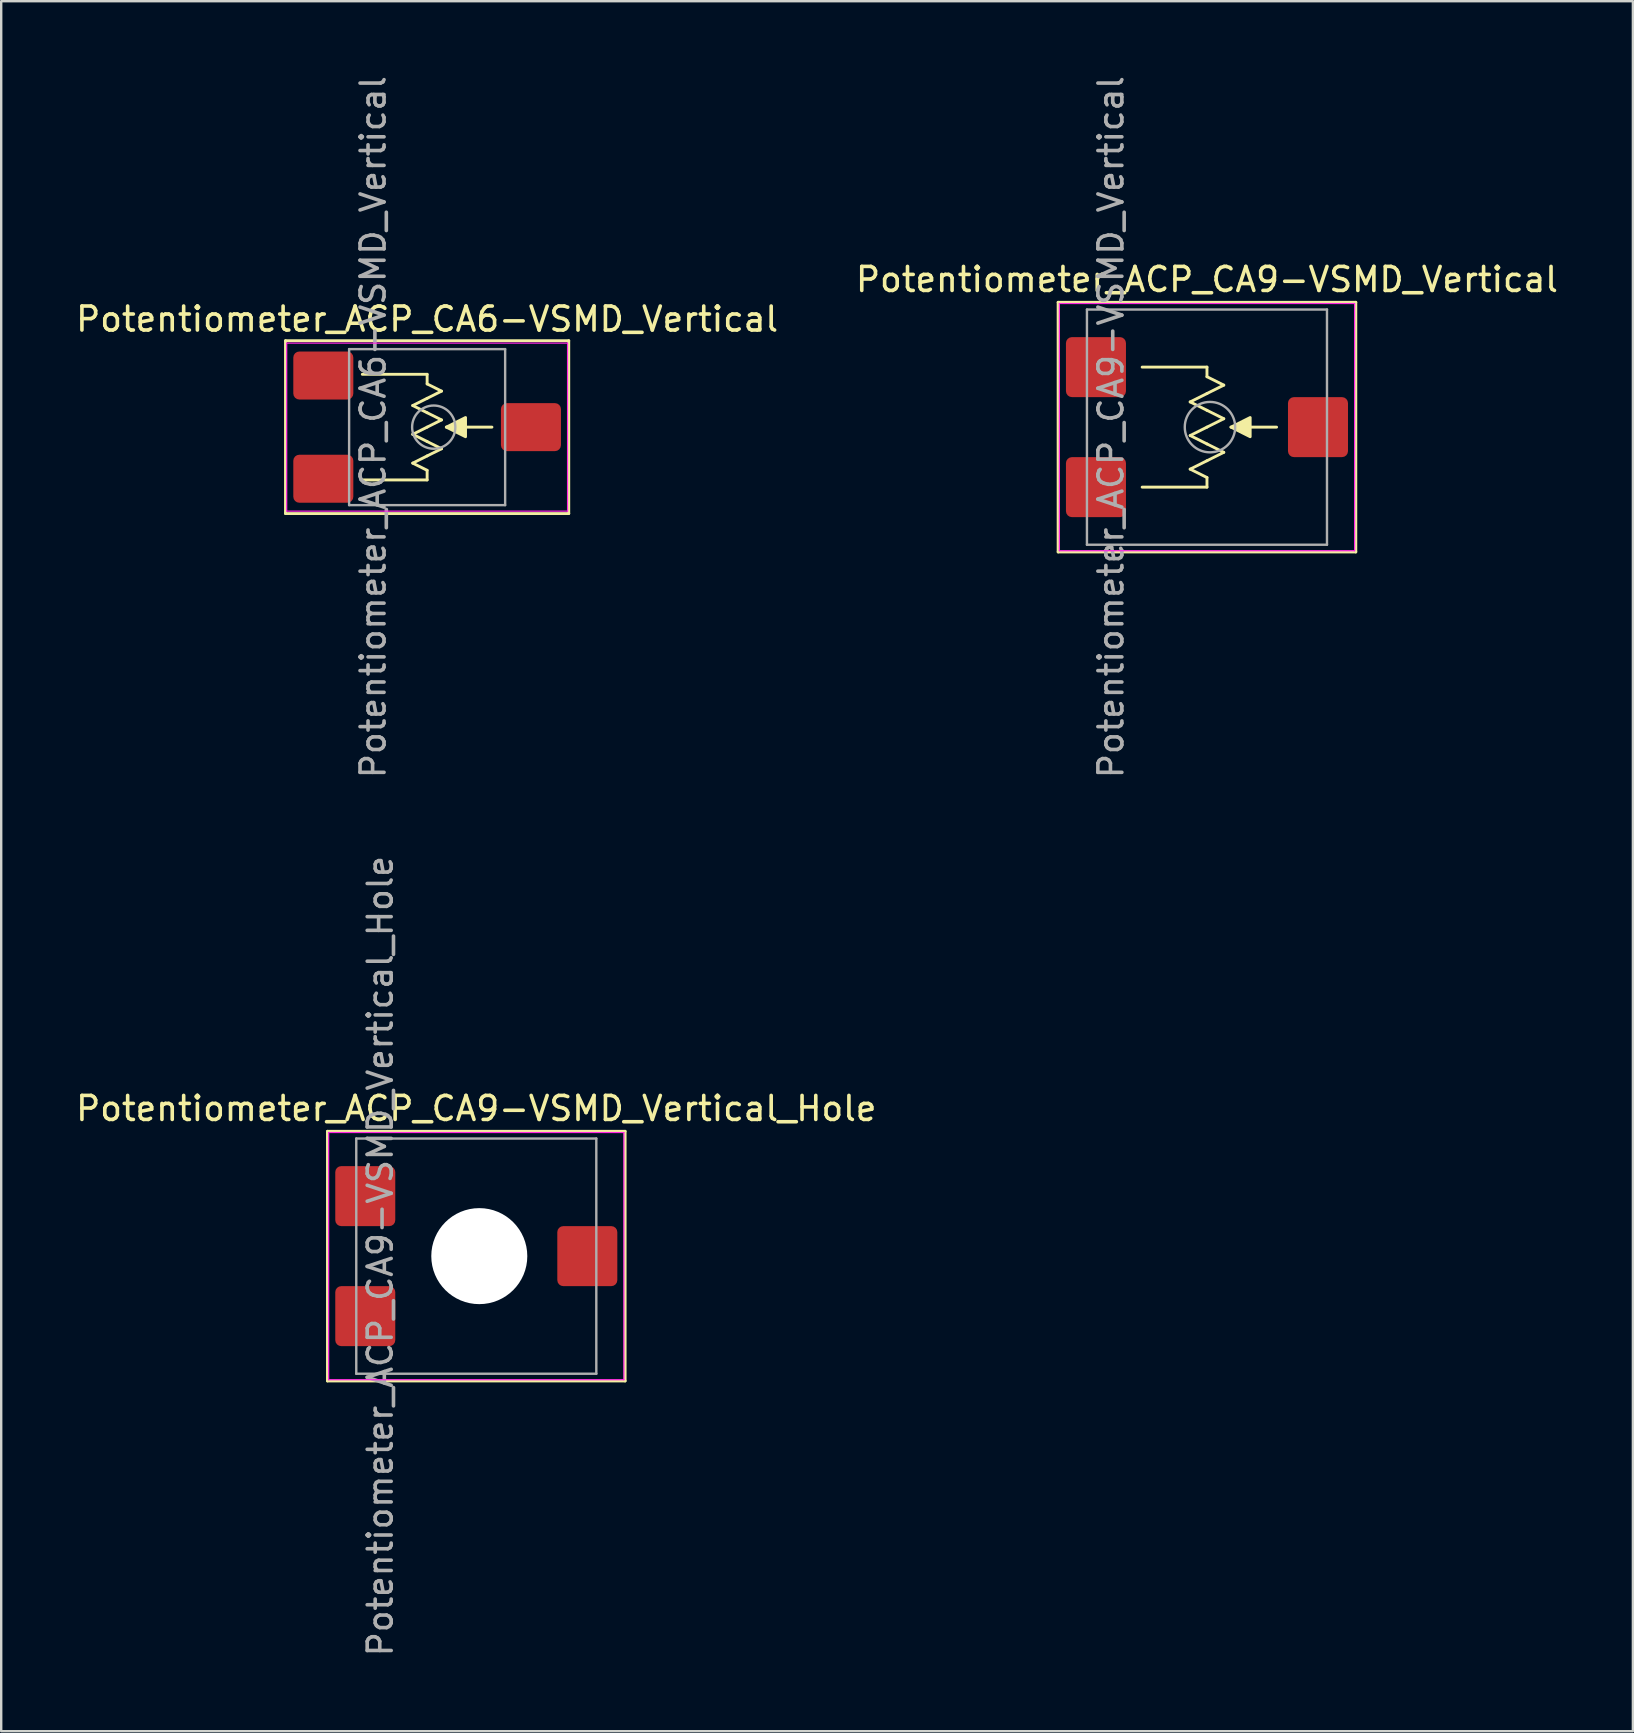
<source format=kicad_pcb>
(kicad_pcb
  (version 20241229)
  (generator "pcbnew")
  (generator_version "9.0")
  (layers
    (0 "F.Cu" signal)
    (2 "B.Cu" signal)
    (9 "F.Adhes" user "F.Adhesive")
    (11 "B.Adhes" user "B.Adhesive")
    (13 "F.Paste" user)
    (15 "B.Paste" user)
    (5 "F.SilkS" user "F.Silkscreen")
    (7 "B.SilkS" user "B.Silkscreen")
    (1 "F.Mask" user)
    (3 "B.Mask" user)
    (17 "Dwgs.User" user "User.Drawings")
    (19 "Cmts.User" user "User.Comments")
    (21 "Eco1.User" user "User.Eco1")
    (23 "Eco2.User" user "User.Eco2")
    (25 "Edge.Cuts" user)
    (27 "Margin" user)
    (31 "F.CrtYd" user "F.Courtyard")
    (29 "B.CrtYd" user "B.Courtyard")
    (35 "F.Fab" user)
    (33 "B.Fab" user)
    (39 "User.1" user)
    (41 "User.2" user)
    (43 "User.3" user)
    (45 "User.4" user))
  (footprint "Potentiometer_ACP_CA9-VSMD_Vertical_Hole"
    (layer "F.Cu")
    (at 16.792 49.28)
    (property "Reference" "Potentiometer_ACP_CA9-VSMD_Vertical_Hole" (at 0 -6.15 0) (layer "F.SilkS") (effects (font (size 1 1) (thickness 0.15))))
    (attr smd)
    (fp_line (start -6.2 -5.2) (end 6.2 -5.2) (stroke (width 0.12) (type solid)) (layer "F.SilkS"))
    (fp_line (start -6.2 5.2) (end -6.2 -5.2) (stroke (width 0.12) (type solid)) (layer "F.SilkS"))
    (fp_line (start 6.2 -5.2) (end 6.2 5.2) (stroke (width 0.12) (type solid)) (layer "F.SilkS"))
    (fp_line (start 6.2 5.2) (end -6.2 5.2) (stroke (width 0.12) (type solid)) (layer "F.SilkS"))
    (fp_line (start -6.15 -5.15) (end -6.15 5.15) (stroke (width 0.05) (type solid)) (layer "F.CrtYd"))
    (fp_line (start -6.15 5.15) (end 6.15 5.15) (stroke (width 0.05) (type solid)) (layer "F.CrtYd"))
    (fp_line (start 6.15 -5.15) (end -6.15 -5.15) (stroke (width 0.05) (type solid)) (layer "F.CrtYd"))
    (fp_line (start 6.15 5.15) (end 6.15 -5.15) (stroke (width 0.05) (type solid)) (layer "F.CrtYd"))
    (fp_line (start -5 -4.9) (end -5 4.9) (stroke (width 0.1) (type solid)) (layer "F.Fab"))
    (fp_line (start -5 4.9) (end 5 4.9) (stroke (width 0.1) (type solid)) (layer "F.Fab"))
    (fp_line (start 5 -4.9) (end -5 -4.9) (stroke (width 0.1) (type solid)) (layer "F.Fab"))
    (fp_line (start 5 4.9) (end 5 -4.9) (stroke (width 0.1) (type solid)) (layer "F.Fab"))
    (fp_text user "${REFERENCE}" (at -4 0 90) (layer "F.Fab") (effects (font (size 1 1) (thickness 0.15))))
    (pad "" np_thru_hole circle (at 0.125 0) (size 4 4) (drill 4) (layers "*.Cu" "*.Mask"))
    (pad "1" smd roundrect (at -4.625 2.5) (size 2.5 2.5) (layers "F.Cu" "F.Mask" "F.Paste") (roundrect_rratio 0.1))
    (pad "2" smd roundrect (at 4.625 0) (size 2.5 2.5) (layers "F.Cu" "F.Mask" "F.Paste") (roundrect_rratio 0.1))
    (pad "3" smd roundrect (at -4.625 -2.5) (size 2.5 2.5) (layers "F.Cu" "F.Mask" "F.Paste") (roundrect_rratio 0.1)))
  (footprint "Potentiometer_ACP_CA6-VSMD_Vertical"
    (layer "F.Cu")
    (at 14.744 14.744)
    (property "Reference" "Potentiometer_ACP_CA6-VSMD_Vertical" (at 0 -4.5 0) (layer "F.SilkS") (effects (font (size 1 1) (thickness 0.15))))
    (attr smd)
    (fp_line (start -5.9 -3.6) (end 5.9 -3.6) (stroke (width 0.12) (type solid)) (layer "F.SilkS"))
    (fp_line (start -5.9 3.6) (end -5.9 -3.6) (stroke (width 0.12) (type solid)) (layer "F.SilkS"))
    (fp_line (start -2.7 -2.2) (end 0 -2.2) (stroke (width 0.12) (type solid)) (layer "F.SilkS"))
    (fp_line (start -2.7 2.2) (end 0 2.2) (stroke (width 0.12) (type solid)) (layer "F.SilkS"))
    (fp_line (start -0.6 -0.9) (end 0 -1.2) (stroke (width 0.12) (type solid)) (layer "F.SilkS"))
    (fp_line (start -0.6 0.3) (end 0 0) (stroke (width 0.12) (type solid)) (layer "F.SilkS"))
    (fp_line (start -0.6 1.5) (end 0 1.2) (stroke (width 0.12) (type solid)) (layer "F.SilkS"))
    (fp_line (start 0 -2.2) (end 0 -1.8) (stroke (width 0.12) (type solid)) (layer "F.SilkS"))
    (fp_line (start 0 -1.8) (end 0.6 -1.5) (stroke (width 0.12) (type solid)) (layer "F.SilkS"))
    (fp_line (start 0 -0.6) (end -0.6 -0.9) (stroke (width 0.12) (type solid)) (layer "F.SilkS"))
    (fp_line (start 0 -0.6) (end 0.6 -0.3) (stroke (width 0.12) (type solid)) (layer "F.SilkS"))
    (fp_line (start 0 0.6) (end -0.6 0.3) (stroke (width 0.12) (type solid)) (layer "F.SilkS"))
    (fp_line (start 0 0.6) (end 0.6 0.9) (stroke (width 0.12) (type solid)) (layer "F.SilkS"))
    (fp_line (start 0 1.8) (end -0.6 1.5) (stroke (width 0.12) (type solid)) (layer "F.SilkS"))
    (fp_line (start 0 2.2) (end 0 1.8) (stroke (width 0.12) (type solid)) (layer "F.SilkS"))
    (fp_line (start 0.6 -1.5) (end 0 -1.2) (stroke (width 0.12) (type solid)) (layer "F.SilkS"))
    (fp_line (start 0.6 -0.3) (end 0 0) (stroke (width 0.12) (type solid)) (layer "F.SilkS"))
    (fp_line (start 0.6 0.9) (end 0 1.2) (stroke (width 0.12) (type solid)) (layer "F.SilkS"))
    (fp_line (start 2.7 0) (end 0.8 0) (stroke (width 0.12) (type solid)) (layer "F.SilkS"))
    (fp_line (start 5.9 -3.6) (end 5.9 3.6) (stroke (width 0.12) (type solid)) (layer "F.SilkS"))
    (fp_line (start 5.9 3.6) (end -5.9 3.6) (stroke (width 0.12) (type solid)) (layer "F.SilkS"))
    (fp_poly (pts (xy 1.6 0.4) (xy 0.8 0) (xy 1.6 -0.4)) (stroke (width 0.12) (type solid)) (fill yes) (layer "F.SilkS"))
    (fp_line (start -5.85 -3.5) (end -5.85 3.5) (stroke (width 0.05) (type solid)) (layer "F.CrtYd"))
    (fp_line (start -5.85 3.5) (end 5.85 3.5) (stroke (width 0.05) (type solid)) (layer "F.CrtYd"))
    (fp_line (start 5.85 -3.5) (end -5.85 -3.5) (stroke (width 0.05) (type solid)) (layer "F.CrtYd"))
    (fp_line (start 5.85 3.5) (end 5.85 -3.5) (stroke (width 0.05) (type solid)) (layer "F.CrtYd"))
    (fp_line (start -3.25 -3.25) (end -3.25 3.25) (stroke (width 0.1) (type solid)) (layer "F.Fab"))
    (fp_line (start -3.25 3.25) (end 3.25 3.25) (stroke (width 0.1) (type solid)) (layer "F.Fab"))
    (fp_line (start 3.25 -3.25) (end -3.25 -3.25) (stroke (width 0.1) (type solid)) (layer "F.Fab"))
    (fp_line (start 3.25 3.25) (end 3.25 -3.25) (stroke (width 0.1) (type solid)) (layer "F.Fab"))
    (fp_circle (center 0.275 0) (end 1.175 0) (stroke (width 0.1) (type solid)) (fill no) (layer "F.Fab"))
    (fp_text user "${REFERENCE}" (at -2.25 0 90) (layer "F.Fab") (effects (font (size 1 1) (thickness 0.15))))
    (pad "1" smd roundrect (at -4.325 2.15) (size 2.5 2) (layers "F.Cu" "F.Mask" "F.Paste") (roundrect_rratio 0.125))
    (pad "2" smd roundrect (at 4.325 0) (size 2.5 2) (layers "F.Cu" "F.Mask" "F.Paste") (roundrect_rratio 0.125))
    (pad "3" smd roundrect (at -4.325 -2.15) (size 2.5 2) (layers "F.Cu" "F.Mask" "F.Paste") (roundrect_rratio 0.125)))
  (footprint "Potentiometer_ACP_CA9-VSMD_Vertical"
    (layer "F.Cu")
    (at 47.232 14.744)
    (property "Reference" "Potentiometer_ACP_CA9-VSMD_Vertical" (at 0 -6.15 0) (layer "F.SilkS") (effects (font (size 1 1) (thickness 0.15))))
    (attr smd)
    (fp_line (start -6.2 -5.2) (end -6.2 5.2) (stroke (width 0.12) (type solid)) (layer "F.SilkS"))
    (fp_line (start -6.2 5.2) (end 6.2 5.2) (stroke (width 0.12) (type solid)) (layer "F.SilkS"))
    (fp_line (start -2.7 -2.5) (end 0 -2.5) (stroke (width 0.12) (type solid)) (layer "F.SilkS"))
    (fp_line (start -2.7 2.5) (end 0 2.5) (stroke (width 0.12) (type solid)) (layer "F.SilkS"))
    (fp_line (start -0.7 -1.05) (end 0 -1.4) (stroke (width 0.12) (type solid)) (layer "F.SilkS"))
    (fp_line (start -0.7 0.35) (end 0 0) (stroke (width 0.12) (type solid)) (layer "F.SilkS"))
    (fp_line (start -0.7 1.75) (end 0 1.4) (stroke (width 0.12) (type solid)) (layer "F.SilkS"))
    (fp_line (start 0 -2.5) (end 0 -2.1) (stroke (width 0.12) (type solid)) (layer "F.SilkS"))
    (fp_line (start 0 -2.1) (end 0.7 -1.75) (stroke (width 0.12) (type solid)) (layer "F.SilkS"))
    (fp_line (start 0 -0.7) (end -0.7 -1.05) (stroke (width 0.12) (type solid)) (layer "F.SilkS"))
    (fp_line (start 0 -0.7) (end 0.7 -0.35) (stroke (width 0.12) (type solid)) (layer "F.SilkS"))
    (fp_line (start 0 0.7) (end -0.7 0.35) (stroke (width 0.12) (type solid)) (layer "F.SilkS"))
    (fp_line (start 0 0.7) (end 0.7 1.05) (stroke (width 0.12) (type solid)) (layer "F.SilkS"))
    (fp_line (start 0 2.1) (end -0.7 1.75) (stroke (width 0.12) (type solid)) (layer "F.SilkS"))
    (fp_line (start 0 2.5) (end 0 2.1) (stroke (width 0.12) (type solid)) (layer "F.SilkS"))
    (fp_line (start 0.7 -1.75) (end 0 -1.4) (stroke (width 0.12) (type solid)) (layer "F.SilkS"))
    (fp_line (start 0.7 -0.35) (end 0 0) (stroke (width 0.12) (type solid)) (layer "F.SilkS"))
    (fp_line (start 0.7 1.05) (end 0 1.4) (stroke (width 0.12) (type solid)) (layer "F.SilkS"))
    (fp_line (start 2.9 0) (end 1 0) (stroke (width 0.12) (type solid)) (layer "F.SilkS"))
    (fp_line (start 6.2 -5.2) (end -6.2 -5.2) (stroke (width 0.12) (type solid)) (layer "F.SilkS"))
    (fp_line (start 6.2 5.2) (end 6.2 -5.2) (stroke (width 0.12) (type solid)) (layer "F.SilkS"))
    (fp_poly (pts (xy 1.8 0.4) (xy 1 0) (xy 1.8 -0.4)) (stroke (width 0.12) (type solid)) (fill yes) (layer "F.SilkS"))
    (fp_line (start -6.15 -5.15) (end -6.15 5.15) (stroke (width 0.05) (type solid)) (layer "F.CrtYd"))
    (fp_line (start -6.15 5.15) (end 6.15 5.15) (stroke (width 0.05) (type solid)) (layer "F.CrtYd"))
    (fp_line (start 6.15 -5.15) (end -6.15 -5.15) (stroke (width 0.05) (type solid)) (layer "F.CrtYd"))
    (fp_line (start 6.15 5.15) (end 6.15 -5.15) (stroke (width 0.05) (type solid)) (layer "F.CrtYd"))
    (fp_line (start -5 -4.9) (end -5 4.9) (stroke (width 0.1) (type solid)) (layer "F.Fab"))
    (fp_line (start -5 4.9) (end 5 4.9) (stroke (width 0.1) (type solid)) (layer "F.Fab"))
    (fp_line (start 5 -4.9) (end -5 -4.9) (stroke (width 0.1) (type solid)) (layer "F.Fab"))
    (fp_line (start 5 4.9) (end 5 -4.9) (stroke (width 0.1) (type solid)) (layer "F.Fab"))
    (fp_circle (center 0.125 0) (end 1.175 0) (stroke (width 0.1) (type solid)) (fill no) (layer "F.Fab"))
    (fp_text user "${REFERENCE}" (at -4 0 90) (layer "F.Fab") (effects (font (size 1 1) (thickness 0.15))))
    (pad "1" smd roundrect (at -4.625 2.5) (size 2.5 2.5) (layers "F.Cu" "F.Mask" "F.Paste") (roundrect_rratio 0.1))
    (pad "2" smd roundrect (at 4.625 0) (size 2.5 2.5) (layers "F.Cu" "F.Mask" "F.Paste") (roundrect_rratio 0.1))
    (pad "3" smd roundrect (at -4.625 -2.5) (size 2.5 2.5) (layers "F.Cu" "F.Mask" "F.Paste") (roundrect_rratio 0.1)))
  (gr_rect
    (start -3 -3)
    (end 64.976 69.071)
    (stroke (width 0.1) (type default))
    (fill no)
    (layer "Edge.Cuts")))
</source>
